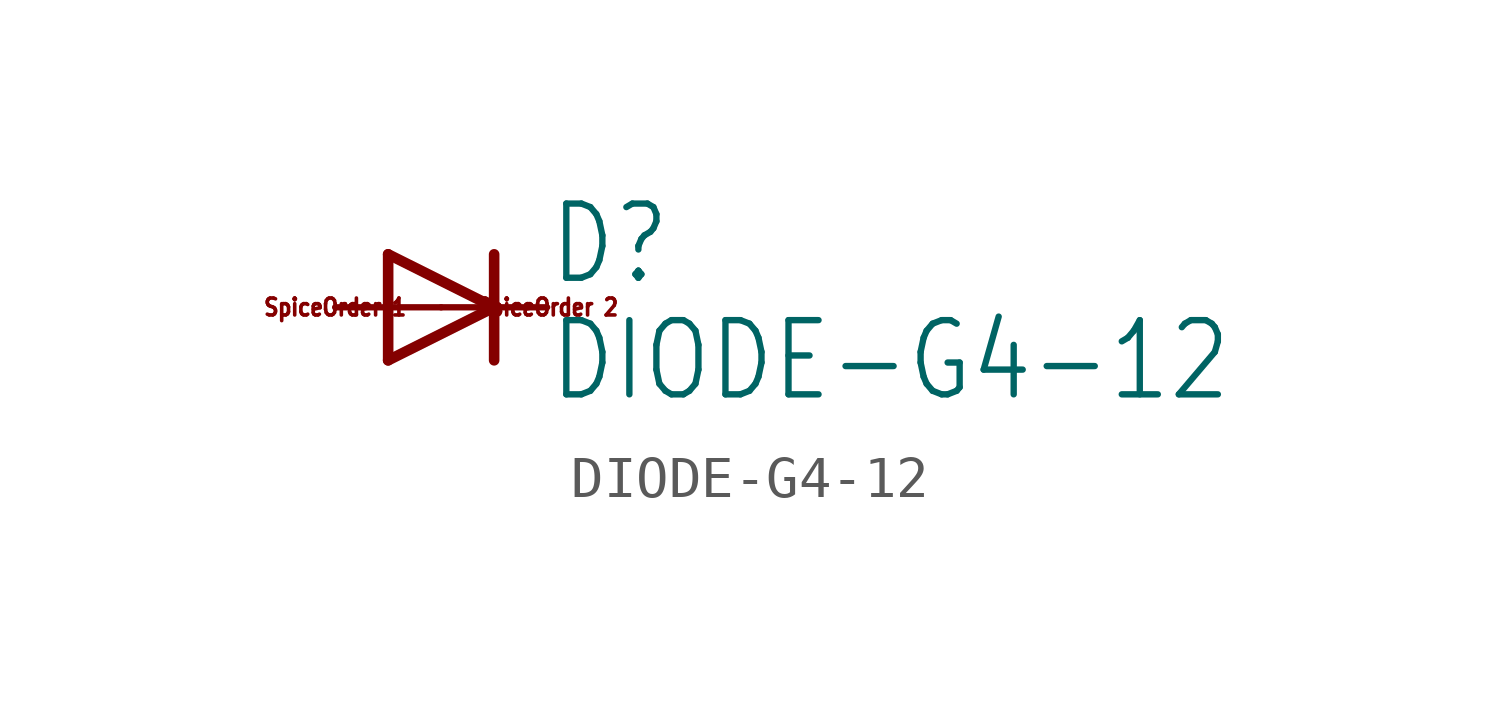
<source format=kicad_sym>
(kicad_symbol_lib
  (version 20211014)
  (generator kicad_symbol_editor)
  (symbol "DIODE-G4-12"
    (property "Reference" "D"
      (at 2.54 0.483 0)
      (effects (font (size 1.778 1.511)) (justify left bottom)))
    (property "Value" "DIODE-G4-12"
      (at 2.54 -2.311 0)
      (effects (font (size 1.778 1.511)) (justify left bottom)))
    (property "ki_locked" ""
      (at 0 0 0)
      (effects (font (size 1.27 1.27))))
    (symbol "DIODE-G4-12_1_0"
      (polyline (pts (xy -1.27 -1.27) (xy 1.27 0)) (stroke (width 0.254) (type default) (color 0 0 0 0)) (fill (type none)))
      (polyline (pts (xy -1.27 1.27) (xy -1.27 -1.27)) (stroke (width 0.254) (type default) (color 0 0 0 0)) (fill (type none)))
      (polyline (pts (xy 1.27 0) (xy -1.27 1.27)) (stroke (width 0.254) (type default) (color 0 0 0 0)) (fill (type none)))
      (polyline (pts (xy 1.27 0) (xy 1.27 -1.27)) (stroke (width 0.254) (type default) (color 0 0 0 0)) (fill (type none)))
      (polyline (pts (xy 1.27 1.27) (xy 1.27 0)) (stroke (width 0.254) (type default) (color 0 0 0 0)) (fill (type none)))
      (text "SpiceOrder 1" (at -2.54 0 0) (effects (font (size 0.406 0.345))))
      (text "SpiceOrder 2" (at 2.54 0 0) (effects (font (size 0.406 0.345))))
      (pin passive line (at -2.54 0 0) (length 2.54) (name "A" (effects (font (size 0 0)))) (number "A" (effects (font (size 0 0)))))
      (pin passive line (at 2.54 0 180) (length 2.54) (name "C" (effects (font (size 0 0)))) (number "C" (effects (font (size 0 0))))))))
</source>
